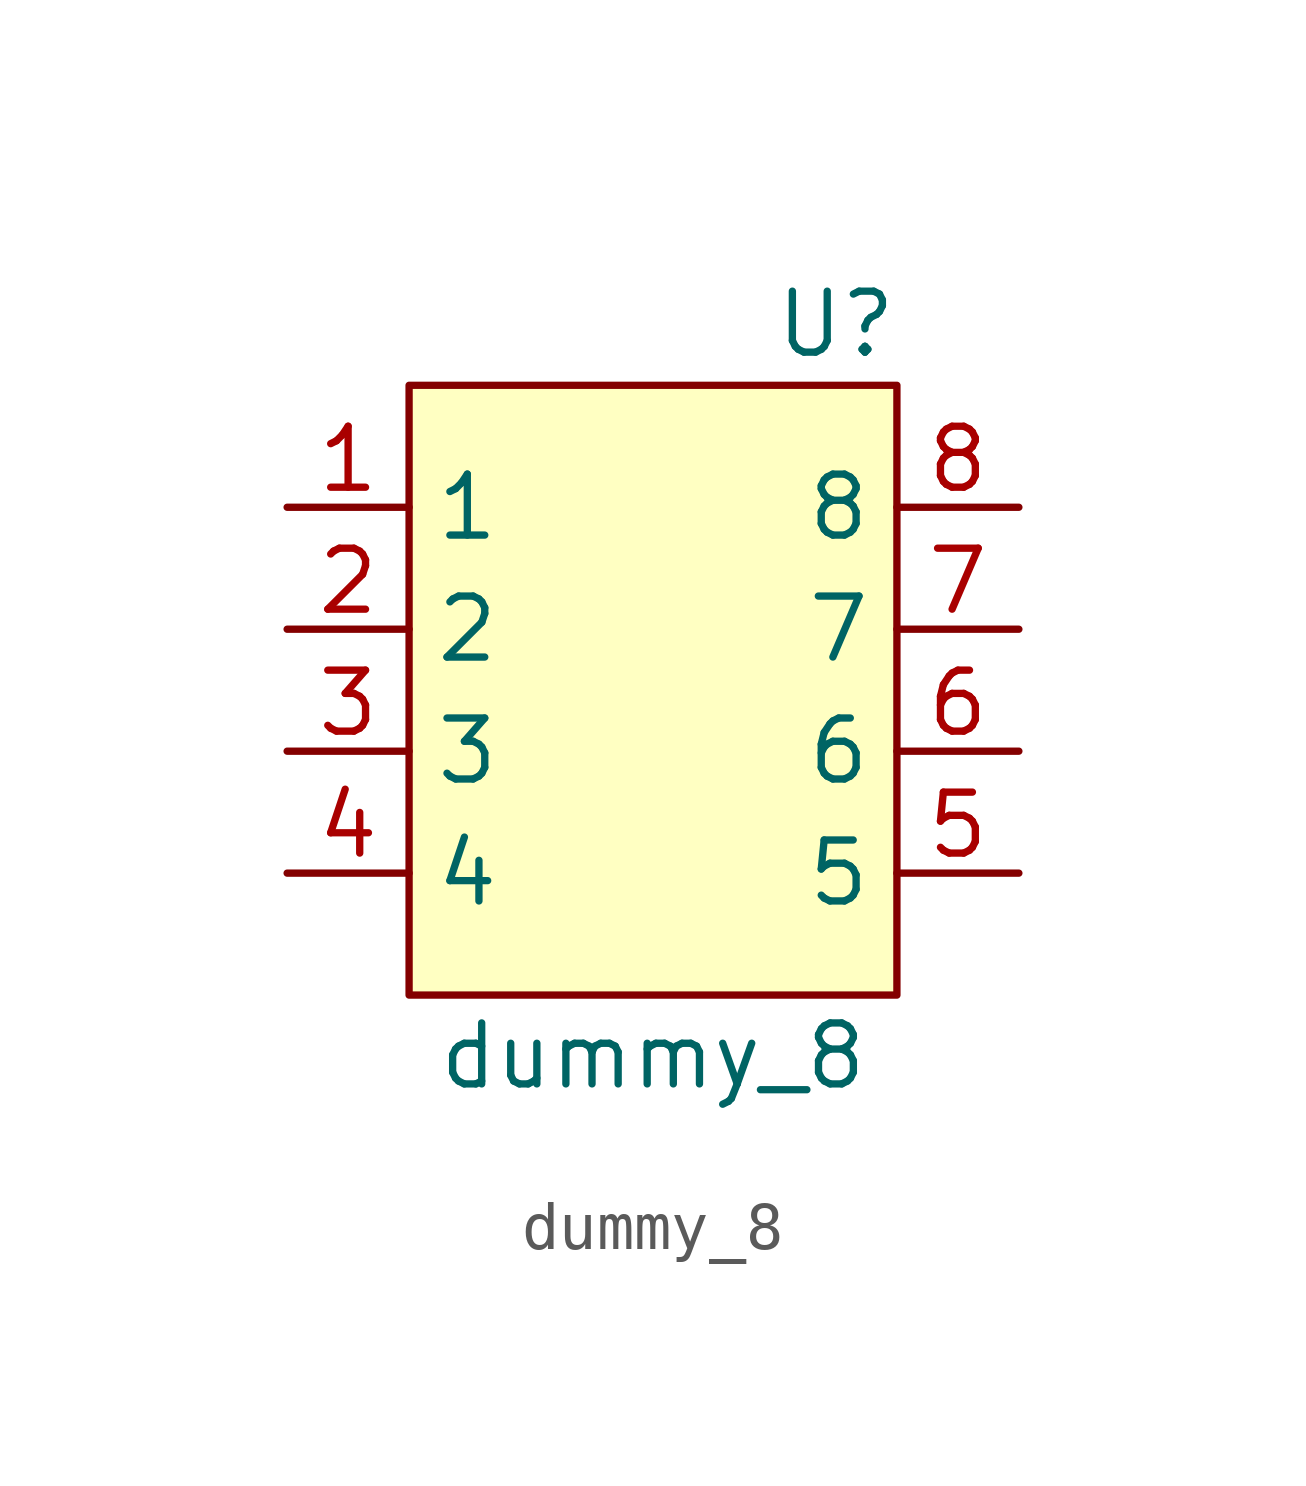
<source format=kicad_sym>
(kicad_symbol_lib
  (version 20211014)
  (generator kicad_symbol_editor)
  (symbol "dummy_8"
    (property "Reference" "U"
      (at 2.54 6.35 0)
      (effects (font (size 1.27 1.27))))
    (property "Value" "dummy_8"
      (at -1.27 -8.89 0)
      (effects (font (size 1.27 1.27))))
    (symbol "dummy_8_0_1"
      (rectangle (start -6.35 5.08) (end 3.81 -7.62) (stroke (width 0) (type default) (color 0 0 0 0)) (fill (type background))))
    (symbol "dummy_8_1_1"
      (pin passive line (at -8.89 2.54 0) (length 2.54) (name "1" (effects (font (size 1.27 1.27)))) (number "1" (effects (font (size 1.27 1.27)))))
      (pin passive line (at -8.89 0 0) (length 2.54) (name "2" (effects (font (size 1.27 1.27)))) (number "2" (effects (font (size 1.27 1.27)))))
      (pin passive line (at -8.89 -2.54 0) (length 2.54) (name "3" (effects (font (size 1.27 1.27)))) (number "3" (effects (font (size 1.27 1.27)))))
      (pin passive line (at -8.89 -5.08 0) (length 2.54) (name "4" (effects (font (size 1.27 1.27)))) (number "4" (effects (font (size 1.27 1.27)))))
      (pin passive line (at 6.35 -5.08 180) (length 2.54) (name "5" (effects (font (size 1.27 1.27)))) (number "5" (effects (font (size 1.27 1.27)))))
      (pin passive line (at 6.35 -2.54 180) (length 2.54) (name "6" (effects (font (size 1.27 1.27)))) (number "6" (effects (font (size 1.27 1.27)))))
      (pin passive line (at 6.35 0 180) (length 2.54) (name "7" (effects (font (size 1.27 1.27)))) (number "7" (effects (font (size 1.27 1.27)))))
      (pin passive line (at 6.35 2.54 180) (length 2.54) (name "8" (effects (font (size 1.27 1.27)))) (number "8" (effects (font (size 1.27 1.27))))))))
</source>
